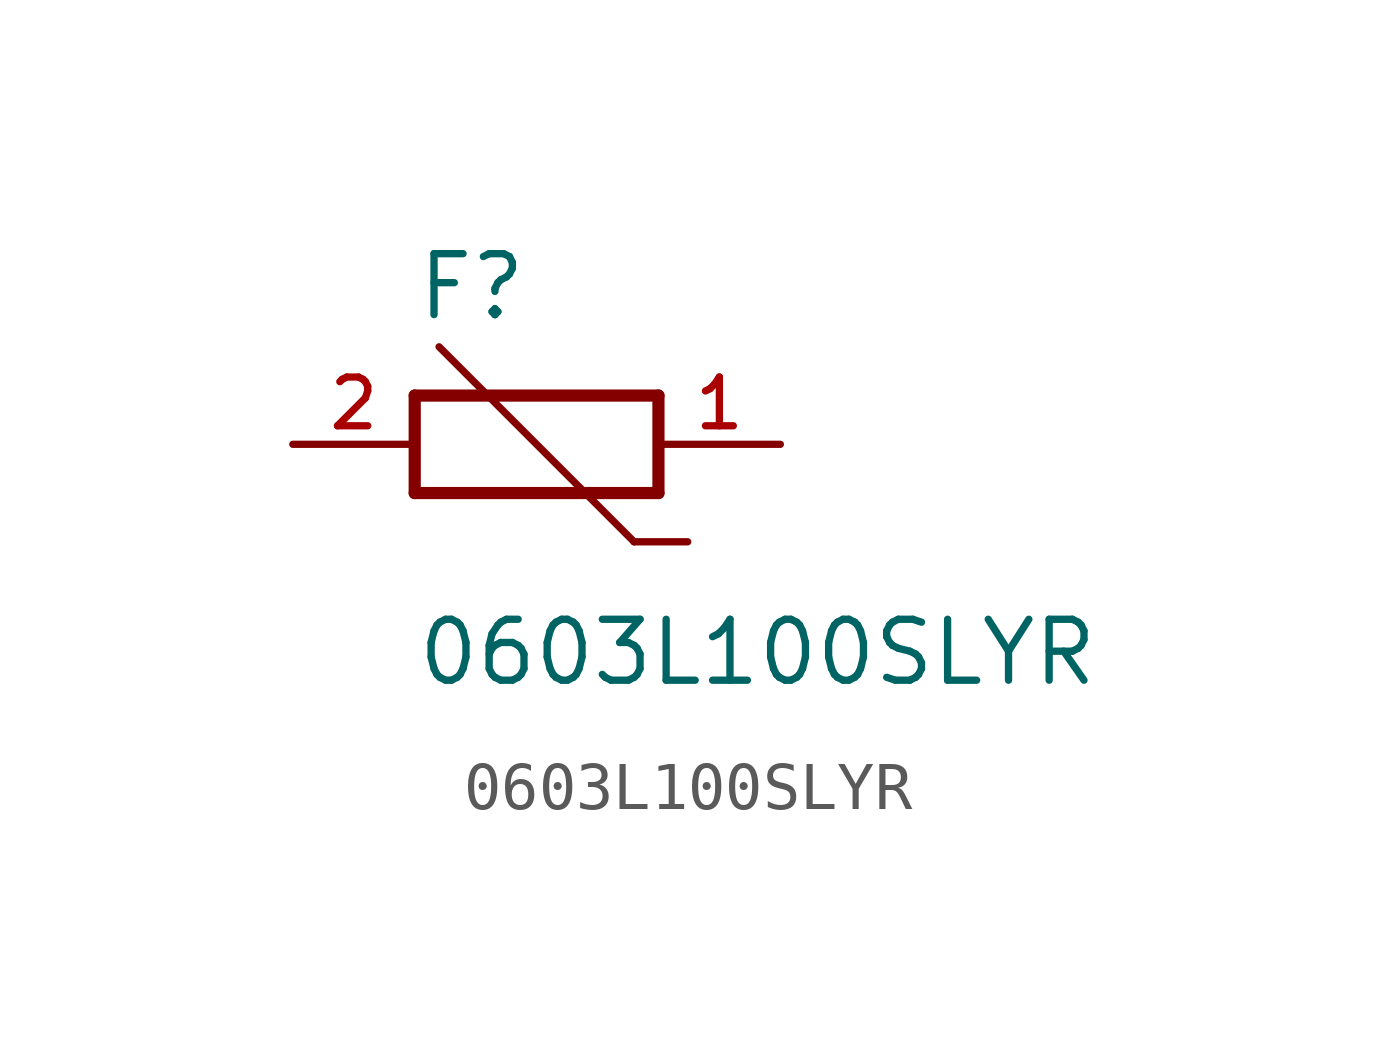
<source format=kicad_sym>
(kicad_symbol_lib
  (version 20211014)
  (generator kicad_symbol_editor)
  (symbol "0603L100SLYR"
    (pin_names
      (offset 1.016))
    (property "Reference" "F"
      (at -2.54 2.54 0)
      (effects (font (size 1.27 1.27)) (justify bottom left)))
    (property "Value" "0603L100SLYR"
      (at -2.54 -5.08 0)
      (effects (font (size 1.27 1.27)) (justify bottom left)))
    (symbol "0603L100SLYR_0_0"
      (polyline (pts (xy 2.54 1.016) (xy 2.54 -1.016)) (stroke (width 0.254)))
      (polyline (pts (xy 2.54 -1.016) (xy -2.54 -1.016)) (stroke (width 0.254)))
      (polyline (pts (xy -2.54 -1.016) (xy -2.54 1.016)) (stroke (width 0.254)))
      (polyline (pts (xy -2.54 1.016) (xy 2.54 1.016)) (stroke (width 0.254)))
      (polyline (pts (xy 3.15 -2.032) (xy 2.032 -2.032)) (stroke (width 0.152)))
      (polyline (pts (xy 2.032 -2.032) (xy -2.032 2.032)) (stroke (width 0.152)))
      (pin passive line (at 5.08 0.0 180.0) (length 2.54) (name "~" (effects (font (size 1.016 1.016)))) (number "1" (effects (font (size 1.016 1.016)))))
      (pin passive line (at -5.08 0.0 0) (length 2.54) (name "~" (effects (font (size 1.016 1.016)))) (number "2" (effects (font (size 1.016 1.016))))))))
</source>
